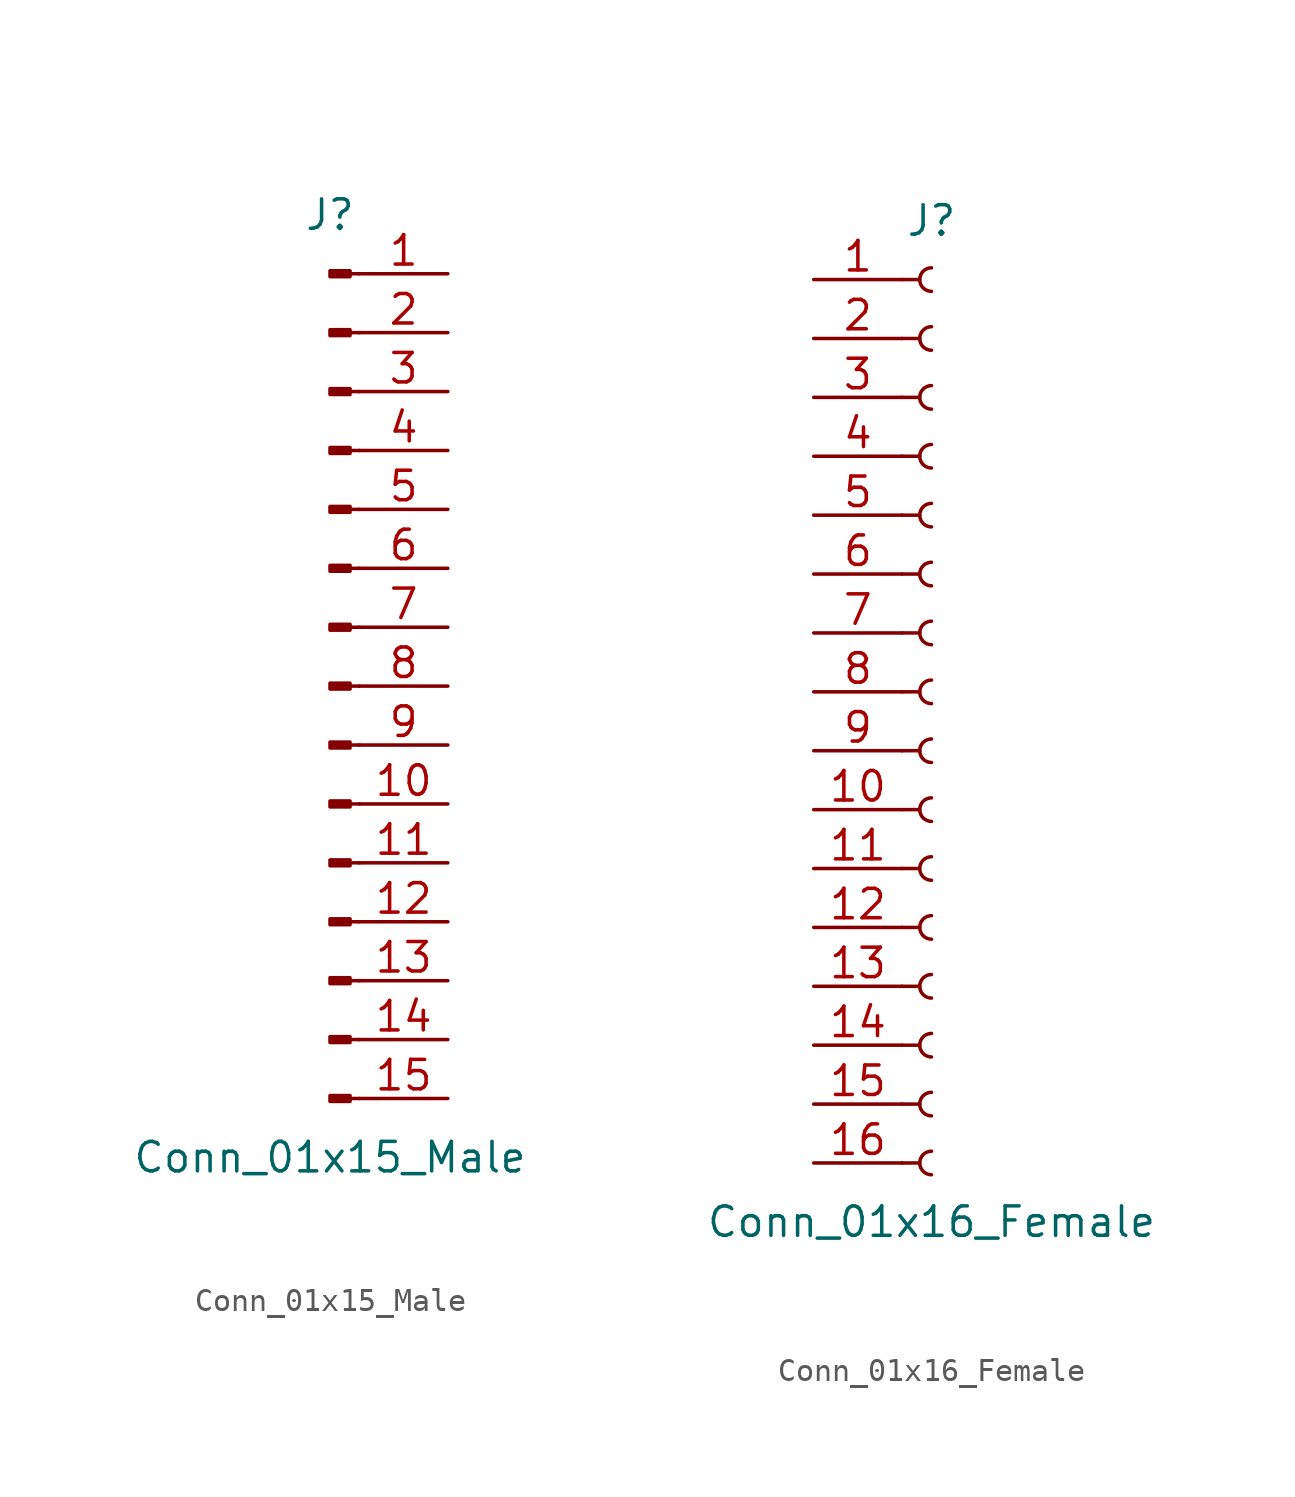
<source format=kicad_sym>
(kicad_symbol_lib
  (version 20201005)
  (generator kicad_symbol_editor)
  (symbol "Connector:Conn_01x15_Male"
    (pin_names
      (offset 1.016) hide)
    (property "Reference" "J"
      (at 0 20.32 0)
      (effects (font (size 1.27 1.27))))
    (property "Value" "Conn_01x15_Male"
      (at 0 -20.32 0)
      (effects (font (size 1.27 1.27))))
    (symbol "Conn_01x15_Male_1_1"
      (rectangle (start 0.864 -17.653) (end 0 -17.907) (stroke (width 0.152)) (fill (type outline)))
      (rectangle (start 0.864 -15.113) (end 0 -15.367) (stroke (width 0.152)) (fill (type outline)))
      (rectangle (start 0.864 -12.573) (end 0 -12.827) (stroke (width 0.152)) (fill (type outline)))
      (rectangle (start 0.864 -10.033) (end 0 -10.287) (stroke (width 0.152)) (fill (type outline)))
      (rectangle (start 0.864 -7.493) (end 0 -7.747) (stroke (width 0.152)) (fill (type outline)))
      (rectangle (start 0.864 -4.953) (end 0 -5.207) (stroke (width 0.152)) (fill (type outline)))
      (rectangle (start 0.864 -2.413) (end 0 -2.667) (stroke (width 0.152)) (fill (type outline)))
      (rectangle (start 0.864 0.127) (end 0 -0.127) (stroke (width 0.152)) (fill (type outline)))
      (rectangle (start 0.864 2.667) (end 0 2.413) (stroke (width 0.152)) (fill (type outline)))
      (rectangle (start 0.864 5.207) (end 0 4.953) (stroke (width 0.152)) (fill (type outline)))
      (rectangle (start 0.864 7.747) (end 0 7.493) (stroke (width 0.152)) (fill (type outline)))
      (rectangle (start 0.864 10.287) (end 0 10.033) (stroke (width 0.152)) (fill (type outline)))
      (rectangle (start 0.864 12.827) (end 0 12.573) (stroke (width 0.152)) (fill (type outline)))
      (rectangle (start 0.864 15.367) (end 0 15.113) (stroke (width 0.152)) (fill (type outline)))
      (rectangle (start 0.864 17.907) (end 0 17.653) (stroke (width 0.152)) (fill (type outline)))
      (polyline (pts (xy 1.27 -17.78) (xy 0.864 -17.78)) (stroke (width 0.152)) (fill (type none)))
      (polyline (pts (xy 1.27 -15.24) (xy 0.864 -15.24)) (stroke (width 0.152)) (fill (type none)))
      (polyline (pts (xy 1.27 -12.7) (xy 0.864 -12.7)) (stroke (width 0.152)) (fill (type none)))
      (polyline (pts (xy 1.27 -10.16) (xy 0.864 -10.16)) (stroke (width 0.152)) (fill (type none)))
      (polyline (pts (xy 1.27 -7.62) (xy 0.864 -7.62)) (stroke (width 0.152)) (fill (type none)))
      (polyline (pts (xy 1.27 -5.08) (xy 0.864 -5.08)) (stroke (width 0.152)) (fill (type none)))
      (polyline (pts (xy 1.27 -2.54) (xy 0.864 -2.54)) (stroke (width 0.152)) (fill (type none)))
      (polyline (pts (xy 1.27 0) (xy 0.864 0)) (stroke (width 0.152)) (fill (type none)))
      (polyline (pts (xy 1.27 2.54) (xy 0.864 2.54)) (stroke (width 0.152)) (fill (type none)))
      (polyline (pts (xy 1.27 5.08) (xy 0.864 5.08)) (stroke (width 0.152)) (fill (type none)))
      (polyline (pts (xy 1.27 7.62) (xy 0.864 7.62)) (stroke (width 0.152)) (fill (type none)))
      (polyline (pts (xy 1.27 10.16) (xy 0.864 10.16)) (stroke (width 0.152)) (fill (type none)))
      (polyline (pts (xy 1.27 12.7) (xy 0.864 12.7)) (stroke (width 0.152)) (fill (type none)))
      (polyline (pts (xy 1.27 15.24) (xy 0.864 15.24)) (stroke (width 0.152)) (fill (type none)))
      (polyline (pts (xy 1.27 17.78) (xy 0.864 17.78)) (stroke (width 0.152)) (fill (type none)))
      (pin passive line (at 5.08 17.78 180) (length 3.81) (name "Pin_1" (effects (font (size 1.27 1.27)))) (number "1" (effects (font (size 1.27 1.27)))))
      (pin passive line (at 5.08 -5.08 180) (length 3.81) (name "Pin_10" (effects (font (size 1.27 1.27)))) (number "10" (effects (font (size 1.27 1.27)))))
      (pin passive line (at 5.08 -7.62 180) (length 3.81) (name "Pin_11" (effects (font (size 1.27 1.27)))) (number "11" (effects (font (size 1.27 1.27)))))
      (pin passive line (at 5.08 -10.16 180) (length 3.81) (name "Pin_12" (effects (font (size 1.27 1.27)))) (number "12" (effects (font (size 1.27 1.27)))))
      (pin passive line (at 5.08 -12.7 180) (length 3.81) (name "Pin_13" (effects (font (size 1.27 1.27)))) (number "13" (effects (font (size 1.27 1.27)))))
      (pin passive line (at 5.08 -15.24 180) (length 3.81) (name "Pin_14" (effects (font (size 1.27 1.27)))) (number "14" (effects (font (size 1.27 1.27)))))
      (pin passive line (at 5.08 -17.78 180) (length 3.81) (name "Pin_15" (effects (font (size 1.27 1.27)))) (number "15" (effects (font (size 1.27 1.27)))))
      (pin passive line (at 5.08 15.24 180) (length 3.81) (name "Pin_2" (effects (font (size 1.27 1.27)))) (number "2" (effects (font (size 1.27 1.27)))))
      (pin passive line (at 5.08 12.7 180) (length 3.81) (name "Pin_3" (effects (font (size 1.27 1.27)))) (number "3" (effects (font (size 1.27 1.27)))))
      (pin passive line (at 5.08 10.16 180) (length 3.81) (name "Pin_4" (effects (font (size 1.27 1.27)))) (number "4" (effects (font (size 1.27 1.27)))))
      (pin passive line (at 5.08 7.62 180) (length 3.81) (name "Pin_5" (effects (font (size 1.27 1.27)))) (number "5" (effects (font (size 1.27 1.27)))))
      (pin passive line (at 5.08 5.08 180) (length 3.81) (name "Pin_6" (effects (font (size 1.27 1.27)))) (number "6" (effects (font (size 1.27 1.27)))))
      (pin passive line (at 5.08 2.54 180) (length 3.81) (name "Pin_7" (effects (font (size 1.27 1.27)))) (number "7" (effects (font (size 1.27 1.27)))))
      (pin passive line (at 5.08 0 180) (length 3.81) (name "Pin_8" (effects (font (size 1.27 1.27)))) (number "8" (effects (font (size 1.27 1.27)))))
      (pin passive line (at 5.08 -2.54 180) (length 3.81) (name "Pin_9" (effects (font (size 1.27 1.27)))) (number "9" (effects (font (size 1.27 1.27)))))))
  (symbol "Connector:Conn_01x16_Female"
    (pin_names
      (offset 1.016) hide)
    (property "Reference" "J"
      (at 0 20.32 0)
      (effects (font (size 1.27 1.27))))
    (property "Value" "Conn_01x16_Female"
      (at 0 -22.86 0)
      (effects (font (size 1.27 1.27))))
    (symbol "Conn_01x16_Female_1_1"
      (arc (start 0 -19.812) (end 0 -20.828) (radius (at 0 -20.32) (length 0.508) (angles 90.1 -90.1)) (stroke (width 0.1524)) (fill (type none)))
      (arc (start 0 -17.272) (end 0 -18.288) (radius (at 0 -17.78) (length 0.508) (angles 90.1 -90.1)) (stroke (width 0.1524)) (fill (type none)))
      (arc (start 0 -14.732) (end 0 -15.748) (radius (at 0 -15.24) (length 0.508) (angles 90.1 -90.1)) (stroke (width 0.1524)) (fill (type none)))
      (arc (start 0 -12.192) (end 0 -13.208) (radius (at 0 -12.7) (length 0.508) (angles 90.1 -90.1)) (stroke (width 0.1524)) (fill (type none)))
      (arc (start 0 -9.652) (end 0 -10.668) (radius (at 0 -10.16) (length 0.508) (angles 90.1 -90.1)) (stroke (width 0.1524)) (fill (type none)))
      (arc (start 0 -7.112) (end 0 -8.128) (radius (at 0 -7.62) (length 0.508) (angles 90.1 -90.1)) (stroke (width 0.1524)) (fill (type none)))
      (arc (start 0 -4.572) (end 0 -5.588) (radius (at 0 -5.08) (length 0.508) (angles 90.1 -90.1)) (stroke (width 0.1524)) (fill (type none)))
      (arc (start 0 -2.032) (end 0 -3.048) (radius (at 0 -2.54) (length 0.508) (angles 90.1 -90.1)) (stroke (width 0.1524)) (fill (type none)))
      (arc (start 0 0.508) (end 0 -0.508) (radius (at 0 0) (length 0.508) (angles 90.1 -90.1)) (stroke (width 0.1524)) (fill (type none)))
      (arc (start 0 3.048) (end 0 2.032) (radius (at 0 2.54) (length 0.508) (angles 90.1 -90.1)) (stroke (width 0.1524)) (fill (type none)))
      (arc (start 0 5.588) (end 0 4.572) (radius (at 0 5.08) (length 0.508) (angles 90.1 -90.1)) (stroke (width 0.1524)) (fill (type none)))
      (arc (start 0 8.128) (end 0 7.112) (radius (at 0 7.62) (length 0.508) (angles 90.1 -90.1)) (stroke (width 0.1524)) (fill (type none)))
      (arc (start 0 10.668) (end 0 9.652) (radius (at 0 10.16) (length 0.508) (angles 90.1 -90.1)) (stroke (width 0.1524)) (fill (type none)))
      (arc (start 0 13.208) (end 0 12.192) (radius (at 0 12.7) (length 0.508) (angles 90.1 -90.1)) (stroke (width 0.1524)) (fill (type none)))
      (arc (start 0 15.748) (end 0 14.732) (radius (at 0 15.24) (length 0.508) (angles 90.1 -90.1)) (stroke (width 0.1524)) (fill (type none)))
      (arc (start 0 18.288) (end 0 17.272) (radius (at 0 17.78) (length 0.508) (angles 90.1 -90.1)) (stroke (width 0.1524)) (fill (type none)))
      (polyline (pts (xy -1.27 -20.32) (xy -0.508 -20.32)) (stroke (width 0.152)) (fill (type none)))
      (polyline (pts (xy -1.27 -17.78) (xy -0.508 -17.78)) (stroke (width 0.152)) (fill (type none)))
      (polyline (pts (xy -1.27 -15.24) (xy -0.508 -15.24)) (stroke (width 0.152)) (fill (type none)))
      (polyline (pts (xy -1.27 -12.7) (xy -0.508 -12.7)) (stroke (width 0.152)) (fill (type none)))
      (polyline (pts (xy -1.27 -10.16) (xy -0.508 -10.16)) (stroke (width 0.152)) (fill (type none)))
      (polyline (pts (xy -1.27 -7.62) (xy -0.508 -7.62)) (stroke (width 0.152)) (fill (type none)))
      (polyline (pts (xy -1.27 -5.08) (xy -0.508 -5.08)) (stroke (width 0.152)) (fill (type none)))
      (polyline (pts (xy -1.27 -2.54) (xy -0.508 -2.54)) (stroke (width 0.152)) (fill (type none)))
      (polyline (pts (xy -1.27 0) (xy -0.508 0)) (stroke (width 0.152)) (fill (type none)))
      (polyline (pts (xy -1.27 2.54) (xy -0.508 2.54)) (stroke (width 0.152)) (fill (type none)))
      (polyline (pts (xy -1.27 5.08) (xy -0.508 5.08)) (stroke (width 0.152)) (fill (type none)))
      (polyline (pts (xy -1.27 7.62) (xy -0.508 7.62)) (stroke (width 0.152)) (fill (type none)))
      (polyline (pts (xy -1.27 10.16) (xy -0.508 10.16)) (stroke (width 0.152)) (fill (type none)))
      (polyline (pts (xy -1.27 12.7) (xy -0.508 12.7)) (stroke (width 0.152)) (fill (type none)))
      (polyline (pts (xy -1.27 15.24) (xy -0.508 15.24)) (stroke (width 0.152)) (fill (type none)))
      (polyline (pts (xy -1.27 17.78) (xy -0.508 17.78)) (stroke (width 0.152)) (fill (type none)))
      (pin passive line (at -5.08 17.78 0) (length 3.81) (name "Pin_1" (effects (font (size 1.27 1.27)))) (number "1" (effects (font (size 1.27 1.27)))))
      (pin passive line (at -5.08 -5.08 0) (length 3.81) (name "Pin_10" (effects (font (size 1.27 1.27)))) (number "10" (effects (font (size 1.27 1.27)))))
      (pin passive line (at -5.08 -7.62 0) (length 3.81) (name "Pin_11" (effects (font (size 1.27 1.27)))) (number "11" (effects (font (size 1.27 1.27)))))
      (pin passive line (at -5.08 -10.16 0) (length 3.81) (name "Pin_12" (effects (font (size 1.27 1.27)))) (number "12" (effects (font (size 1.27 1.27)))))
      (pin passive line (at -5.08 -12.7 0) (length 3.81) (name "Pin_13" (effects (font (size 1.27 1.27)))) (number "13" (effects (font (size 1.27 1.27)))))
      (pin passive line (at -5.08 -15.24 0) (length 3.81) (name "Pin_14" (effects (font (size 1.27 1.27)))) (number "14" (effects (font (size 1.27 1.27)))))
      (pin passive line (at -5.08 -17.78 0) (length 3.81) (name "Pin_15" (effects (font (size 1.27 1.27)))) (number "15" (effects (font (size 1.27 1.27)))))
      (pin passive line (at -5.08 -20.32 0) (length 3.81) (name "Pin_16" (effects (font (size 1.27 1.27)))) (number "16" (effects (font (size 1.27 1.27)))))
      (pin passive line (at -5.08 15.24 0) (length 3.81) (name "Pin_2" (effects (font (size 1.27 1.27)))) (number "2" (effects (font (size 1.27 1.27)))))
      (pin passive line (at -5.08 12.7 0) (length 3.81) (name "Pin_3" (effects (font (size 1.27 1.27)))) (number "3" (effects (font (size 1.27 1.27)))))
      (pin passive line (at -5.08 10.16 0) (length 3.81) (name "Pin_4" (effects (font (size 1.27 1.27)))) (number "4" (effects (font (size 1.27 1.27)))))
      (pin passive line (at -5.08 7.62 0) (length 3.81) (name "Pin_5" (effects (font (size 1.27 1.27)))) (number "5" (effects (font (size 1.27 1.27)))))
      (pin passive line (at -5.08 5.08 0) (length 3.81) (name "Pin_6" (effects (font (size 1.27 1.27)))) (number "6" (effects (font (size 1.27 1.27)))))
      (pin passive line (at -5.08 2.54 0) (length 3.81) (name "Pin_7" (effects (font (size 1.27 1.27)))) (number "7" (effects (font (size 1.27 1.27)))))
      (pin passive line (at -5.08 0 0) (length 3.81) (name "Pin_8" (effects (font (size 1.27 1.27)))) (number "8" (effects (font (size 1.27 1.27)))))
      (pin passive line (at -5.08 -2.54 0) (length 3.81) (name "Pin_9" (effects (font (size 1.27 1.27)))) (number "9" (effects (font (size 1.27 1.27))))))))
</source>
